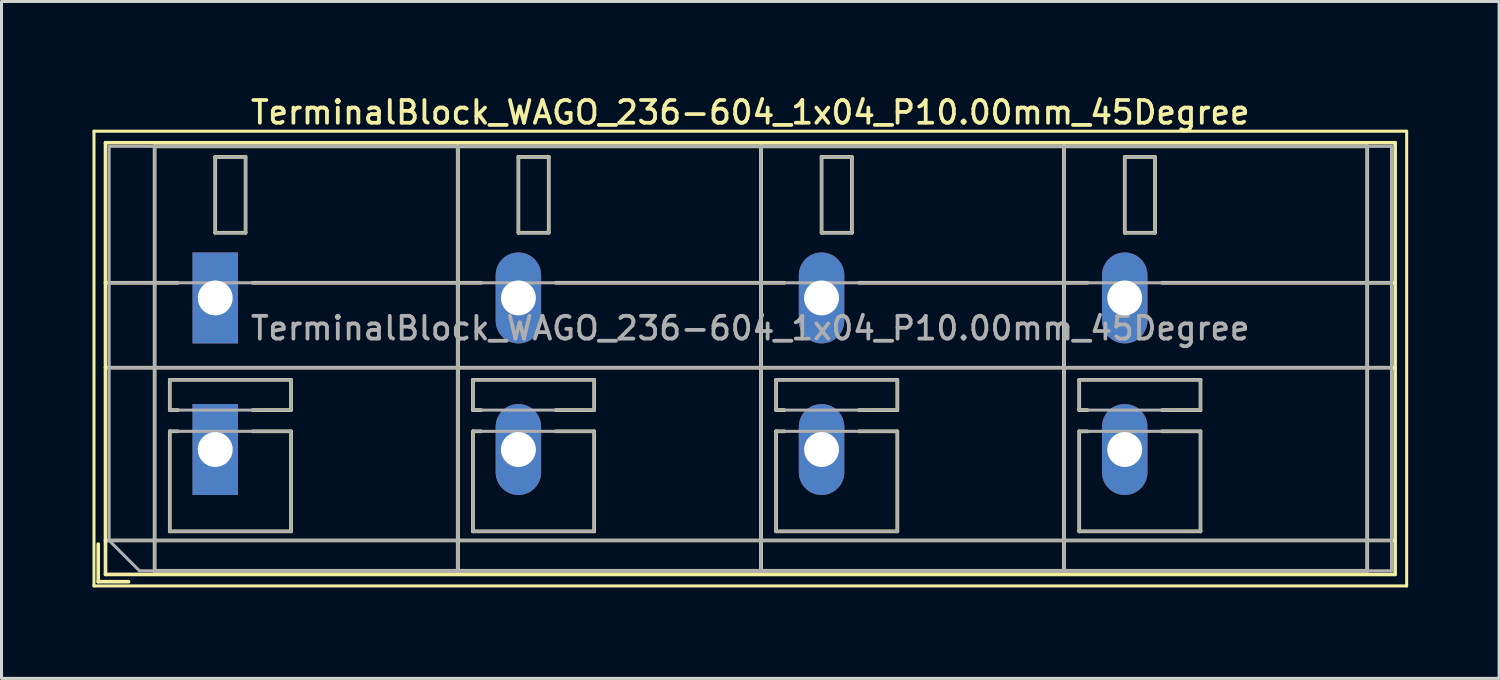
<source format=kicad_pcb>
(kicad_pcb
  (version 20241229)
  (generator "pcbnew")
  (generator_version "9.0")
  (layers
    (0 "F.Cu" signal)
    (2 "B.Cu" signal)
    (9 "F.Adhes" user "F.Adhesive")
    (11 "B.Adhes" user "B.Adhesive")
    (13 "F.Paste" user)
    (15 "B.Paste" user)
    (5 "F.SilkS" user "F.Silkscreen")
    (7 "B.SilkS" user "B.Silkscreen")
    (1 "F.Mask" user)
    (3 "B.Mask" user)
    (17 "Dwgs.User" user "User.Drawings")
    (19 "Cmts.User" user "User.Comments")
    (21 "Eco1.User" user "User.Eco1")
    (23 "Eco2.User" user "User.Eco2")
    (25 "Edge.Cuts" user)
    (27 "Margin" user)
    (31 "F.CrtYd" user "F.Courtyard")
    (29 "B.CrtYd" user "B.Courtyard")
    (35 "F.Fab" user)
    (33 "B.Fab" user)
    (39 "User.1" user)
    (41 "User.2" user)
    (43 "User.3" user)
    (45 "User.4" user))
  (footprint "TerminalBlock_WAGO_236-604_1x04_P10.00mm_45Degree"
    (layer "F.Cu")
    (at 4.05 6.778)
    (property "Reference" "TerminalBlock_WAGO_236-604_1x04_P10.00mm_45Degree" (at 17.65 -6.12 0) (layer "F.SilkS") (effects (font (size 0.75 0.75) (thickness 0.125))))
    (attr through_hole)
    (fp_line (start -4 -5.5) (end -4 9.5) (stroke (width 0.1) (type solid)) (layer "F.SilkS"))
    (fp_line (start -4 9.5) (end 39.3 9.5) (stroke (width 0.1) (type solid)) (layer "F.SilkS"))
    (fp_line (start -3.86 8.12) (end -3.86 9.36) (stroke (width 0.12) (type solid)) (layer "F.SilkS"))
    (fp_line (start -3.86 9.36) (end -2.86 9.36) (stroke (width 0.12) (type solid)) (layer "F.SilkS"))
    (fp_line (start -3.62 -5.12) (end -3.62 9.12) (stroke (width 0.12) (type solid)) (layer "F.SilkS"))
    (fp_line (start -3.62 -5.12) (end 38.92 -5.12) (stroke (width 0.12) (type solid)) (layer "F.SilkS"))
    (fp_line (start -3.62 -0.5) (end -1.23 -0.5) (stroke (width 0.12) (type solid)) (layer "F.SilkS"))
    (fp_line (start -3.62 2.3) (end 38.92 2.3) (stroke (width 0.12) (type solid)) (layer "F.SilkS"))
    (fp_line (start -3.62 8) (end 38.92 8) (stroke (width 0.12) (type solid)) (layer "F.SilkS"))
    (fp_line (start -3.62 9.12) (end 38.92 9.12) (stroke (width 0.12) (type solid)) (layer "F.SilkS"))
    (fp_line (start -2 -5) (end -2 9) (stroke (width 0.12) (type solid)) (layer "F.SilkS"))
    (fp_line (start -2 -5) (end 8 -5) (stroke (width 0.12) (type solid)) (layer "F.SilkS"))
    (fp_line (start -2 9) (end 8 9) (stroke (width 0.12) (type solid)) (layer "F.SilkS"))
    (fp_line (start -1.5 2.7) (end -1.5 3.7) (stroke (width 0.12) (type solid)) (layer "F.SilkS"))
    (fp_line (start -1.5 2.7) (end 2.5 2.7) (stroke (width 0.12) (type solid)) (layer "F.SilkS"))
    (fp_line (start -1.5 3.7) (end -1.23 3.7) (stroke (width 0.12) (type solid)) (layer "F.SilkS"))
    (fp_line (start -1.5 4.4) (end -1.5 7.7) (stroke (width 0.12) (type solid)) (layer "F.SilkS"))
    (fp_line (start -1.5 4.4) (end -1.23 4.4) (stroke (width 0.12) (type solid)) (layer "F.SilkS"))
    (fp_line (start -1.5 7.7) (end 2.5 7.7) (stroke (width 0.12) (type solid)) (layer "F.SilkS"))
    (fp_line (start 0 -4.65) (end 0 -2.151) (stroke (width 0.12) (type solid)) (layer "F.SilkS"))
    (fp_line (start 0 -4.65) (end 1 -4.65) (stroke (width 0.12) (type solid)) (layer "F.SilkS"))
    (fp_line (start 0 -2.151) (end 1 -2.151) (stroke (width 0.12) (type solid)) (layer "F.SilkS"))
    (fp_line (start 1 -4.65) (end 1 -2.151) (stroke (width 0.12) (type solid)) (layer "F.SilkS"))
    (fp_line (start 1.23 -0.5) (end 8.77 -0.5) (stroke (width 0.12) (type solid)) (layer "F.SilkS"))
    (fp_line (start 1.23 3.7) (end 2.5 3.7) (stroke (width 0.12) (type solid)) (layer "F.SilkS"))
    (fp_line (start 1.23 4.4) (end 2.5 4.4) (stroke (width 0.12) (type solid)) (layer "F.SilkS"))
    (fp_line (start 2.5 2.7) (end 2.5 3.7) (stroke (width 0.12) (type solid)) (layer "F.SilkS"))
    (fp_line (start 2.5 4.4) (end 2.5 7.7) (stroke (width 0.12) (type solid)) (layer "F.SilkS"))
    (fp_line (start 8 -5) (end 8 9) (stroke (width 0.12) (type solid)) (layer "F.SilkS"))
    (fp_line (start 8 -5) (end 8 9) (stroke (width 0.12) (type solid)) (layer "F.SilkS"))
    (fp_line (start 8 -5) (end 18 -5) (stroke (width 0.12) (type solid)) (layer "F.SilkS"))
    (fp_line (start 8 9) (end 18 9) (stroke (width 0.12) (type solid)) (layer "F.SilkS"))
    (fp_line (start 8.5 2.7) (end 8.5 3.7) (stroke (width 0.12) (type solid)) (layer "F.SilkS"))
    (fp_line (start 8.5 2.7) (end 12.5 2.7) (stroke (width 0.12) (type solid)) (layer "F.SilkS"))
    (fp_line (start 8.5 3.7) (end 8.77 3.7) (stroke (width 0.12) (type solid)) (layer "F.SilkS"))
    (fp_line (start 8.5 4.4) (end 8.5 7.7) (stroke (width 0.12) (type solid)) (layer "F.SilkS"))
    (fp_line (start 8.5 4.4) (end 8.77 4.4) (stroke (width 0.12) (type solid)) (layer "F.SilkS"))
    (fp_line (start 8.5 7.7) (end 12.5 7.7) (stroke (width 0.12) (type solid)) (layer "F.SilkS"))
    (fp_line (start 10 -4.65) (end 10 -2.151) (stroke (width 0.12) (type solid)) (layer "F.SilkS"))
    (fp_line (start 10 -4.65) (end 11 -4.65) (stroke (width 0.12) (type solid)) (layer "F.SilkS"))
    (fp_line (start 10 -2.151) (end 11 -2.151) (stroke (width 0.12) (type solid)) (layer "F.SilkS"))
    (fp_line (start 11 -4.65) (end 11 -2.151) (stroke (width 0.12) (type solid)) (layer "F.SilkS"))
    (fp_line (start 11.23 -0.5) (end 18.77 -0.5) (stroke (width 0.12) (type solid)) (layer "F.SilkS"))
    (fp_line (start 11.23 3.7) (end 12.5 3.7) (stroke (width 0.12) (type solid)) (layer "F.SilkS"))
    (fp_line (start 11.23 4.4) (end 12.5 4.4) (stroke (width 0.12) (type solid)) (layer "F.SilkS"))
    (fp_line (start 12.5 2.7) (end 12.5 3.7) (stroke (width 0.12) (type solid)) (layer "F.SilkS"))
    (fp_line (start 12.5 4.4) (end 12.5 7.7) (stroke (width 0.12) (type solid)) (layer "F.SilkS"))
    (fp_line (start 18 -5) (end 18 9) (stroke (width 0.12) (type solid)) (layer "F.SilkS"))
    (fp_line (start 18 -5) (end 18 9) (stroke (width 0.12) (type solid)) (layer "F.SilkS"))
    (fp_line (start 18 -5) (end 28 -5) (stroke (width 0.12) (type solid)) (layer "F.SilkS"))
    (fp_line (start 18 9) (end 28 9) (stroke (width 0.12) (type solid)) (layer "F.SilkS"))
    (fp_line (start 18.5 2.7) (end 18.5 3.7) (stroke (width 0.12) (type solid)) (layer "F.SilkS"))
    (fp_line (start 18.5 2.7) (end 22.5 2.7) (stroke (width 0.12) (type solid)) (layer "F.SilkS"))
    (fp_line (start 18.5 3.7) (end 18.77 3.7) (stroke (width 0.12) (type solid)) (layer "F.SilkS"))
    (fp_line (start 18.5 4.4) (end 18.5 7.7) (stroke (width 0.12) (type solid)) (layer "F.SilkS"))
    (fp_line (start 18.5 4.4) (end 18.77 4.4) (stroke (width 0.12) (type solid)) (layer "F.SilkS"))
    (fp_line (start 18.5 7.7) (end 22.5 7.7) (stroke (width 0.12) (type solid)) (layer "F.SilkS"))
    (fp_line (start 20 -4.65) (end 20 -2.151) (stroke (width 0.12) (type solid)) (layer "F.SilkS"))
    (fp_line (start 20 -4.65) (end 21 -4.65) (stroke (width 0.12) (type solid)) (layer "F.SilkS"))
    (fp_line (start 20 -2.151) (end 21 -2.151) (stroke (width 0.12) (type solid)) (layer "F.SilkS"))
    (fp_line (start 21 -4.65) (end 21 -2.151) (stroke (width 0.12) (type solid)) (layer "F.SilkS"))
    (fp_line (start 21.23 -0.5) (end 28.77 -0.5) (stroke (width 0.12) (type solid)) (layer "F.SilkS"))
    (fp_line (start 21.23 3.7) (end 22.5 3.7) (stroke (width 0.12) (type solid)) (layer "F.SilkS"))
    (fp_line (start 21.23 4.4) (end 22.5 4.4) (stroke (width 0.12) (type solid)) (layer "F.SilkS"))
    (fp_line (start 22.5 2.7) (end 22.5 3.7) (stroke (width 0.12) (type solid)) (layer "F.SilkS"))
    (fp_line (start 22.5 4.4) (end 22.5 7.7) (stroke (width 0.12) (type solid)) (layer "F.SilkS"))
    (fp_line (start 28 -5) (end 28 9) (stroke (width 0.12) (type solid)) (layer "F.SilkS"))
    (fp_line (start 28 -5) (end 28 9) (stroke (width 0.12) (type solid)) (layer "F.SilkS"))
    (fp_line (start 28 -5) (end 38 -5) (stroke (width 0.12) (type solid)) (layer "F.SilkS"))
    (fp_line (start 28 9) (end 38 9) (stroke (width 0.12) (type solid)) (layer "F.SilkS"))
    (fp_line (start 28.5 2.7) (end 28.5 3.7) (stroke (width 0.12) (type solid)) (layer "F.SilkS"))
    (fp_line (start 28.5 2.7) (end 32.5 2.7) (stroke (width 0.12) (type solid)) (layer "F.SilkS"))
    (fp_line (start 28.5 3.7) (end 28.77 3.7) (stroke (width 0.12) (type solid)) (layer "F.SilkS"))
    (fp_line (start 28.5 4.4) (end 28.5 7.7) (stroke (width 0.12) (type solid)) (layer "F.SilkS"))
    (fp_line (start 28.5 4.4) (end 28.77 4.4) (stroke (width 0.12) (type solid)) (layer "F.SilkS"))
    (fp_line (start 28.5 7.7) (end 32.5 7.7) (stroke (width 0.12) (type solid)) (layer "F.SilkS"))
    (fp_line (start 30 -4.65) (end 30 -2.151) (stroke (width 0.12) (type solid)) (layer "F.SilkS"))
    (fp_line (start 30 -4.65) (end 31 -4.65) (stroke (width 0.12) (type solid)) (layer "F.SilkS"))
    (fp_line (start 30 -2.151) (end 31 -2.151) (stroke (width 0.12) (type solid)) (layer "F.SilkS"))
    (fp_line (start 31 -4.65) (end 31 -2.151) (stroke (width 0.12) (type solid)) (layer "F.SilkS"))
    (fp_line (start 31.23 -0.5) (end 38.92 -0.5) (stroke (width 0.12) (type solid)) (layer "F.SilkS"))
    (fp_line (start 31.23 3.7) (end 32.5 3.7) (stroke (width 0.12) (type solid)) (layer "F.SilkS"))
    (fp_line (start 31.23 4.4) (end 32.5 4.4) (stroke (width 0.12) (type solid)) (layer "F.SilkS"))
    (fp_line (start 32.5 2.7) (end 32.5 3.7) (stroke (width 0.12) (type solid)) (layer "F.SilkS"))
    (fp_line (start 32.5 4.4) (end 32.5 7.7) (stroke (width 0.12) (type solid)) (layer "F.SilkS"))
    (fp_line (start 38 -5) (end 38 9) (stroke (width 0.12) (type solid)) (layer "F.SilkS"))
    (fp_line (start 38.92 -5.12) (end 38.92 9.12) (stroke (width 0.12) (type solid)) (layer "F.SilkS"))
    (fp_line (start 39.3 -5.5) (end -4 -5.5) (stroke (width 0.1) (type solid)) (layer "F.SilkS"))
    (fp_line (start 39.3 9.5) (end 39.3 -5.5) (stroke (width 0.1) (type solid)) (layer "F.SilkS"))
    (fp_line (start -3.5 -5) (end 38.8 -5) (stroke (width 0.1) (type solid)) (layer "F.Fab"))
    (fp_line (start -3.5 -0.5) (end 38.8 -0.5) (stroke (width 0.1) (type solid)) (layer "F.Fab"))
    (fp_line (start -3.5 2.3) (end 38.8 2.3) (stroke (width 0.1) (type solid)) (layer "F.Fab"))
    (fp_line (start -3.5 8) (end -3.5 -5) (stroke (width 0.1) (type solid)) (layer "F.Fab"))
    (fp_line (start -3.5 8) (end 38.8 8) (stroke (width 0.1) (type solid)) (layer "F.Fab"))
    (fp_line (start -2.5 9) (end -3.5 8) (stroke (width 0.1) (type solid)) (layer "F.Fab"))
    (fp_line (start -2 -5) (end -2 9) (stroke (width 0.1) (type solid)) (layer "F.Fab"))
    (fp_line (start -2 9) (end 8 9) (stroke (width 0.1) (type solid)) (layer "F.Fab"))
    (fp_line (start -1.5 2.7) (end -1.5 3.7) (stroke (width 0.1) (type solid)) (layer "F.Fab"))
    (fp_line (start -1.5 3.7) (end 2.5 3.7) (stroke (width 0.1) (type solid)) (layer "F.Fab"))
    (fp_line (start -1.5 4.4) (end -1.5 7.7) (stroke (width 0.1) (type solid)) (layer "F.Fab"))
    (fp_line (start -1.5 7.7) (end 2.5 7.7) (stroke (width 0.1) (type solid)) (layer "F.Fab"))
    (fp_line (start 0 -4.65) (end 0 -2.15) (stroke (width 0.1) (type solid)) (layer "F.Fab"))
    (fp_line (start 0 -2.15) (end 1 -2.15) (stroke (width 0.1) (type solid)) (layer "F.Fab"))
    (fp_line (start 1 -4.65) (end 0 -4.65) (stroke (width 0.1) (type solid)) (layer "F.Fab"))
    (fp_line (start 1 -2.15) (end 1 -4.65) (stroke (width 0.1) (type solid)) (layer "F.Fab"))
    (fp_line (start 2.5 2.7) (end -1.5 2.7) (stroke (width 0.1) (type solid)) (layer "F.Fab"))
    (fp_line (start 2.5 3.7) (end 2.5 2.7) (stroke (width 0.1) (type solid)) (layer "F.Fab"))
    (fp_line (start 2.5 4.4) (end -1.5 4.4) (stroke (width 0.1) (type solid)) (layer "F.Fab"))
    (fp_line (start 2.5 7.7) (end 2.5 4.4) (stroke (width 0.1) (type solid)) (layer "F.Fab"))
    (fp_line (start 8 -5) (end -2 -5) (stroke (width 0.1) (type solid)) (layer "F.Fab"))
    (fp_line (start 8 -5) (end 8 9) (stroke (width 0.1) (type solid)) (layer "F.Fab"))
    (fp_line (start 8 9) (end 8 -5) (stroke (width 0.1) (type solid)) (layer "F.Fab"))
    (fp_line (start 8 9) (end 18 9) (stroke (width 0.1) (type solid)) (layer "F.Fab"))
    (fp_line (start 8.5 2.7) (end 8.5 3.7) (stroke (width 0.1) (type solid)) (layer "F.Fab"))
    (fp_line (start 8.5 3.7) (end 12.5 3.7) (stroke (width 0.1) (type solid)) (layer "F.Fab"))
    (fp_line (start 8.5 4.4) (end 8.5 7.7) (stroke (width 0.1) (type solid)) (layer "F.Fab"))
    (fp_line (start 8.5 7.7) (end 12.5 7.7) (stroke (width 0.1) (type solid)) (layer "F.Fab"))
    (fp_line (start 10 -4.65) (end 10 -2.15) (stroke (width 0.1) (type solid)) (layer "F.Fab"))
    (fp_line (start 10 -2.15) (end 11 -2.15) (stroke (width 0.1) (type solid)) (layer "F.Fab"))
    (fp_line (start 11 -4.65) (end 10 -4.65) (stroke (width 0.1) (type solid)) (layer "F.Fab"))
    (fp_line (start 11 -2.15) (end 11 -4.65) (stroke (width 0.1) (type solid)) (layer "F.Fab"))
    (fp_line (start 12.5 2.7) (end 8.5 2.7) (stroke (width 0.1) (type solid)) (layer "F.Fab"))
    (fp_line (start 12.5 3.7) (end 12.5 2.7) (stroke (width 0.1) (type solid)) (layer "F.Fab"))
    (fp_line (start 12.5 4.4) (end 8.5 4.4) (stroke (width 0.1) (type solid)) (layer "F.Fab"))
    (fp_line (start 12.5 7.7) (end 12.5 4.4) (stroke (width 0.1) (type solid)) (layer "F.Fab"))
    (fp_line (start 18 -5) (end 8 -5) (stroke (width 0.1) (type solid)) (layer "F.Fab"))
    (fp_line (start 18 -5) (end 18 9) (stroke (width 0.1) (type solid)) (layer "F.Fab"))
    (fp_line (start 18 9) (end 18 -5) (stroke (width 0.1) (type solid)) (layer "F.Fab"))
    (fp_line (start 18 9) (end 28 9) (stroke (width 0.1) (type solid)) (layer "F.Fab"))
    (fp_line (start 18.5 2.7) (end 18.5 3.7) (stroke (width 0.1) (type solid)) (layer "F.Fab"))
    (fp_line (start 18.5 3.7) (end 22.5 3.7) (stroke (width 0.1) (type solid)) (layer "F.Fab"))
    (fp_line (start 18.5 4.4) (end 18.5 7.7) (stroke (width 0.1) (type solid)) (layer "F.Fab"))
    (fp_line (start 18.5 7.7) (end 22.5 7.7) (stroke (width 0.1) (type solid)) (layer "F.Fab"))
    (fp_line (start 20 -4.65) (end 20 -2.15) (stroke (width 0.1) (type solid)) (layer "F.Fab"))
    (fp_line (start 20 -2.15) (end 21 -2.15) (stroke (width 0.1) (type solid)) (layer "F.Fab"))
    (fp_line (start 21 -4.65) (end 20 -4.65) (stroke (width 0.1) (type solid)) (layer "F.Fab"))
    (fp_line (start 21 -2.15) (end 21 -4.65) (stroke (width 0.1) (type solid)) (layer "F.Fab"))
    (fp_line (start 22.5 2.7) (end 18.5 2.7) (stroke (width 0.1) (type solid)) (layer "F.Fab"))
    (fp_line (start 22.5 3.7) (end 22.5 2.7) (stroke (width 0.1) (type solid)) (layer "F.Fab"))
    (fp_line (start 22.5 4.4) (end 18.5 4.4) (stroke (width 0.1) (type solid)) (layer "F.Fab"))
    (fp_line (start 22.5 7.7) (end 22.5 4.4) (stroke (width 0.1) (type solid)) (layer "F.Fab"))
    (fp_line (start 28 -5) (end 18 -5) (stroke (width 0.1) (type solid)) (layer "F.Fab"))
    (fp_line (start 28 -5) (end 28 9) (stroke (width 0.1) (type solid)) (layer "F.Fab"))
    (fp_line (start 28 9) (end 28 -5) (stroke (width 0.1) (type solid)) (layer "F.Fab"))
    (fp_line (start 28 9) (end 38 9) (stroke (width 0.1) (type solid)) (layer "F.Fab"))
    (fp_line (start 28.5 2.7) (end 28.5 3.7) (stroke (width 0.1) (type solid)) (layer "F.Fab"))
    (fp_line (start 28.5 3.7) (end 32.5 3.7) (stroke (width 0.1) (type solid)) (layer "F.Fab"))
    (fp_line (start 28.5 4.4) (end 28.5 7.7) (stroke (width 0.1) (type solid)) (layer "F.Fab"))
    (fp_line (start 28.5 7.7) (end 32.5 7.7) (stroke (width 0.1) (type solid)) (layer "F.Fab"))
    (fp_line (start 30 -4.65) (end 30 -2.15) (stroke (width 0.1) (type solid)) (layer "F.Fab"))
    (fp_line (start 30 -2.15) (end 31 -2.15) (stroke (width 0.1) (type solid)) (layer "F.Fab"))
    (fp_line (start 31 -4.65) (end 30 -4.65) (stroke (width 0.1) (type solid)) (layer "F.Fab"))
    (fp_line (start 31 -2.15) (end 31 -4.65) (stroke (width 0.1) (type solid)) (layer "F.Fab"))
    (fp_line (start 32.5 2.7) (end 28.5 2.7) (stroke (width 0.1) (type solid)) (layer "F.Fab"))
    (fp_line (start 32.5 3.7) (end 32.5 2.7) (stroke (width 0.1) (type solid)) (layer "F.Fab"))
    (fp_line (start 32.5 4.4) (end 28.5 4.4) (stroke (width 0.1) (type solid)) (layer "F.Fab"))
    (fp_line (start 32.5 7.7) (end 32.5 4.4) (stroke (width 0.1) (type solid)) (layer "F.Fab"))
    (fp_line (start 38 -5) (end 28 -5) (stroke (width 0.1) (type solid)) (layer "F.Fab"))
    (fp_line (start 38 9) (end 38 -5) (stroke (width 0.1) (type solid)) (layer "F.Fab"))
    (fp_line (start 38.8 -5) (end 38.8 9) (stroke (width 0.1) (type solid)) (layer "F.Fab"))
    (fp_line (start 38.8 9) (end -2.5 9) (stroke (width 0.1) (type solid)) (layer "F.Fab"))
    (fp_text user "${REFERENCE}" (at 17.65 1 0) (layer "F.Fab") (effects (font (size 0.75 0.75) (thickness 0.125))))
    (pad "1" thru_hole rect (at 0 0) (size 1.5 3) (drill 1.15) (layers "*.Cu" "*.Mask"))
    (pad "1" thru_hole rect (at 0 5) (size 1.5 3) (drill 1.15) (layers "*.Cu" "*.Mask"))
    (pad "2" thru_hole oval (at 10 0) (size 1.5 3) (drill 1.15) (layers "*.Cu" "*.Mask"))
    (pad "2" thru_hole oval (at 10 5) (size 1.5 3) (drill 1.15) (layers "*.Cu" "*.Mask"))
    (pad "3" thru_hole oval (at 20 0) (size 1.5 3) (drill 1.15) (layers "*.Cu" "*.Mask"))
    (pad "3" thru_hole oval (at 20 5) (size 1.5 3) (drill 1.15) (layers "*.Cu" "*.Mask"))
    (pad "4" thru_hole oval (at 30 0) (size 1.5 3) (drill 1.15) (layers "*.Cu" "*.Mask"))
    (pad "4" thru_hole oval (at 30 5) (size 1.5 3) (drill 1.15) (layers "*.Cu" "*.Mask")))
  (gr_rect
    (start -3 -3)
    (end 46.4 19.328)
    (stroke (width 0.1) (type default))
    (fill no)
    (layer "Edge.Cuts")))
</source>
